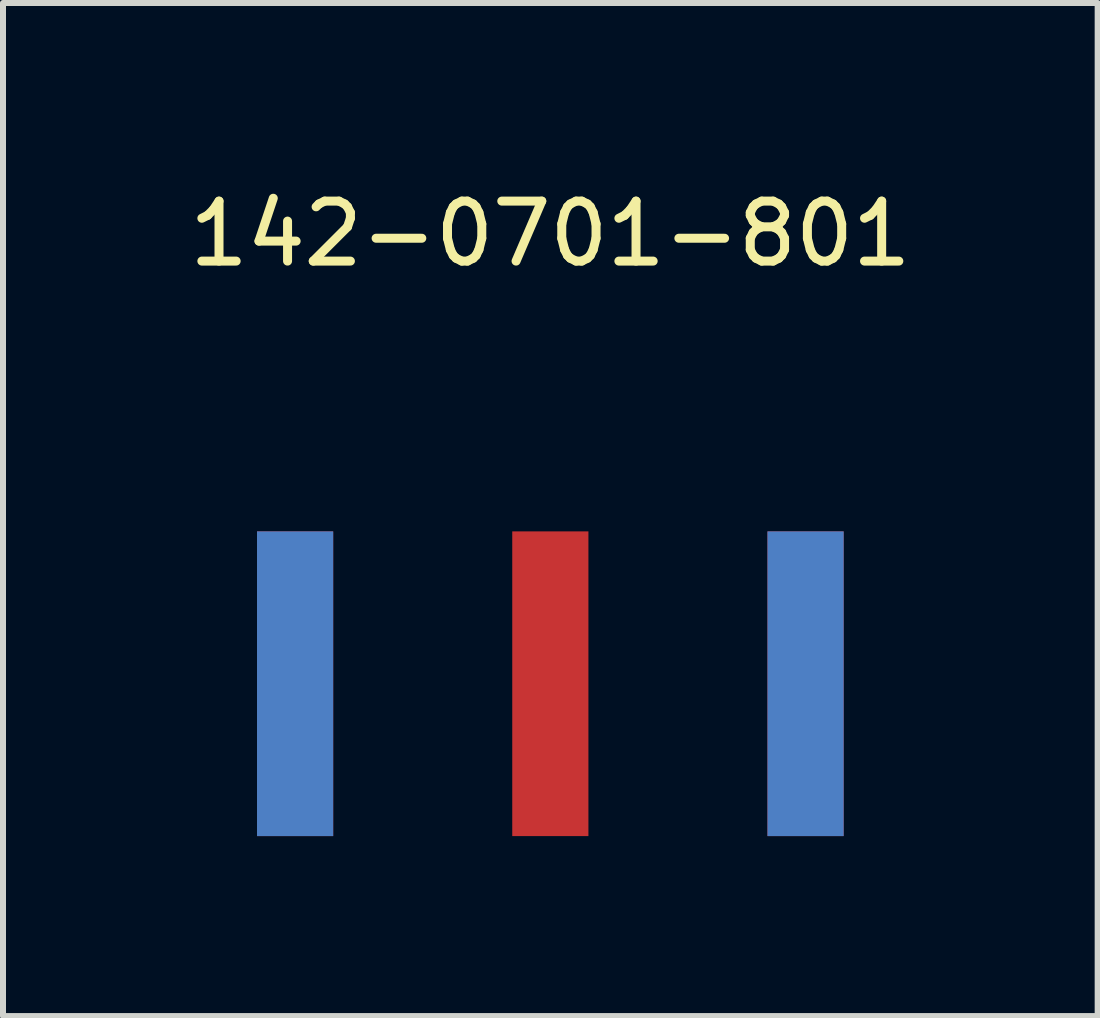
<source format=kicad_pcb>
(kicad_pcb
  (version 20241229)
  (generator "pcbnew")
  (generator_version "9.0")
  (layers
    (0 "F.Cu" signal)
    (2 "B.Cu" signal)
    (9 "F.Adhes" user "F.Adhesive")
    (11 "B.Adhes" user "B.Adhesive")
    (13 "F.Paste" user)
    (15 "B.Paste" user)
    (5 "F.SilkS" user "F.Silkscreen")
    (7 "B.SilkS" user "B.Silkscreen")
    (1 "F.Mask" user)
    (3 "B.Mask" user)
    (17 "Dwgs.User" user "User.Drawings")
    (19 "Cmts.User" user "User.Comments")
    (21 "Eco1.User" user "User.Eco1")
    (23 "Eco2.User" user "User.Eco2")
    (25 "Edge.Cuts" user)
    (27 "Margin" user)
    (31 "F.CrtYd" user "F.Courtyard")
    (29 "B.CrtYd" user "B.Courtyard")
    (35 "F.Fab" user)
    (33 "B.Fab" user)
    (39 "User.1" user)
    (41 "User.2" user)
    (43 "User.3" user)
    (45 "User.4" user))
  (footprint "142-0701-801"
    (layer "F.Cu")
    (at 6.125 8.349)
    (property "Reference" "142-0701-801" (at 0 -7.501 0) (layer "F.SilkS") (effects (font (size 1 1) (thickness 0.15))))
    (attr through_hole)
    (pad "1" smd rect (at 0 0) (size 1.27 5.08) (layers "F.Cu" "F.Mask" "F.Paste"))
    (pad "2" smd rect (at -4.255 0) (size 1.27 5.08) (layers "F.Cu" "F.Mask" "F.Paste"))
    (pad "2" smd rect (at -4.255 0) (size 1.27 5.08) (layers "F.Mask" "B.Cu" "F.Paste"))
    (pad "2" smd rect (at 4.255 0) (size 1.27 5.08) (layers "F.Cu" "F.Mask" "F.Paste"))
    (pad "2" smd rect (at 4.255 0) (size 1.27 5.08) (layers "F.Mask" "B.Cu" "F.Paste")))
  (gr_rect
    (start -3 -3)
    (end 15.25 13.889)
    (stroke (width 0.1) (type default))
    (fill no)
    (layer "Edge.Cuts")))
</source>
